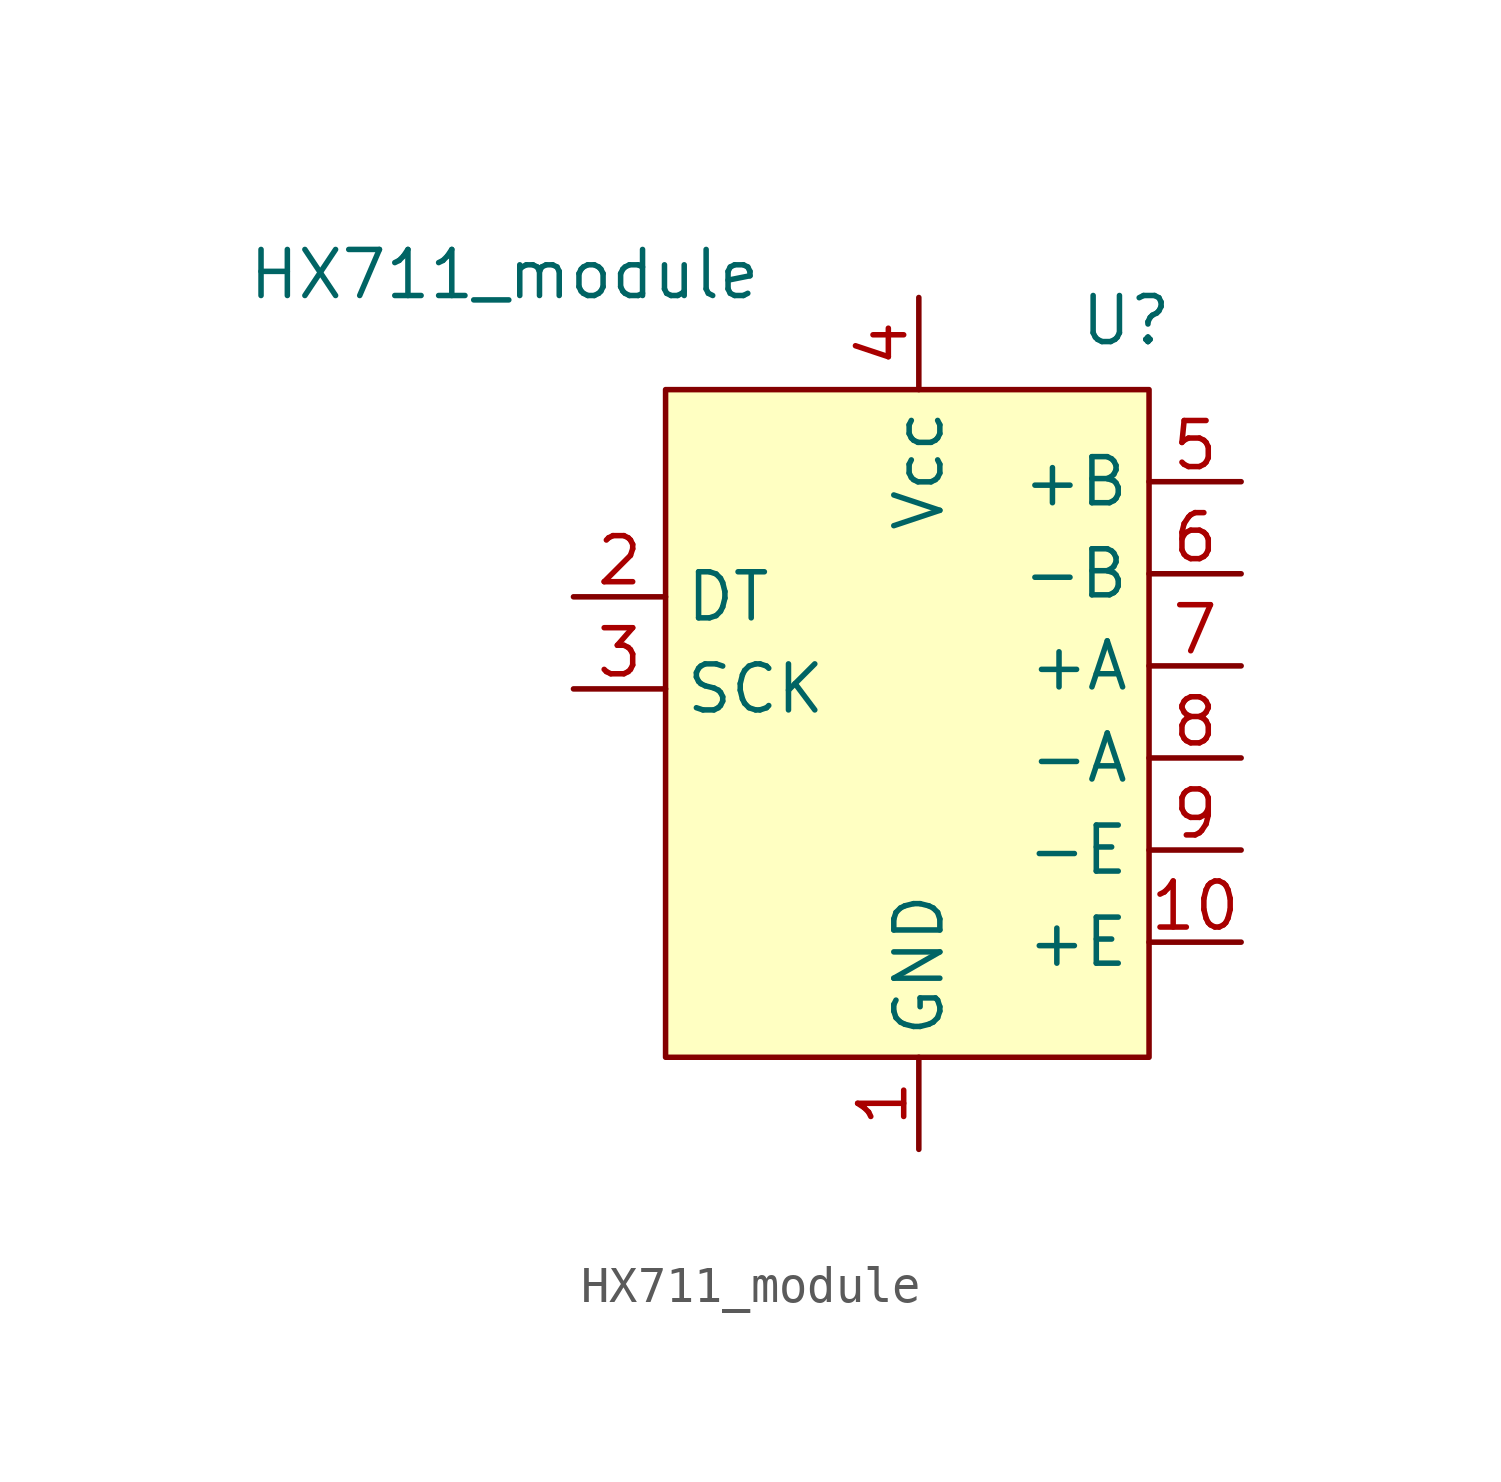
<source format=kicad_sym>
(kicad_symbol_lib
  (version 20211014)
  (generator kicad_symbol_editor)
  (symbol "HX711_module"
    (property "Reference" "U"
      (at 5.08 9.525 0)
      (effects (font (size 1.27 1.27))))
    (property "Value" "HX711_module"
      (at -12.065 10.795 0)
      (effects (font (size 1.27 1.27))))
    (symbol "HX711_module_0_1"
      (rectangle (start -7.62 7.62) (end 5.715 -10.795) (stroke (width 0) (type default) (color 0 0 0 0)) (fill (type background))))
    (symbol "HX711_module_1_1"
      (pin input line (at -0.635 -13.335 90) (length 2.54) (name "GND" (effects (font (size 1.27 1.27)))) (number "1" (effects (font (size 1.27 1.27)))))
      (pin input line (at 8.255 -7.62 180) (length 2.54) (name "+E" (effects (font (size 1.27 1.27)))) (number "10" (effects (font (size 1.27 1.27)))))
      (pin input line (at -10.16 1.905 0) (length 2.54) (name "DT" (effects (font (size 1.27 1.27)))) (number "2" (effects (font (size 1.27 1.27)))))
      (pin input line (at -10.16 -0.635 0) (length 2.54) (name "SCK" (effects (font (size 1.27 1.27)))) (number "3" (effects (font (size 1.27 1.27)))))
      (pin input line (at -0.635 10.16 270) (length 2.54) (name "Vcc" (effects (font (size 1.27 1.27)))) (number "4" (effects (font (size 1.27 1.27)))))
      (pin input line (at 8.255 5.08 180) (length 2.54) (name "+B" (effects (font (size 1.27 1.27)))) (number "5" (effects (font (size 1.27 1.27)))))
      (pin input line (at 8.255 2.54 180) (length 2.54) (name "-B" (effects (font (size 1.27 1.27)))) (number "6" (effects (font (size 1.27 1.27)))))
      (pin input line (at 8.255 0 180) (length 2.54) (name "+A" (effects (font (size 1.27 1.27)))) (number "7" (effects (font (size 1.27 1.27)))))
      (pin input line (at 8.255 -2.54 180) (length 2.54) (name "-A" (effects (font (size 1.27 1.27)))) (number "8" (effects (font (size 1.27 1.27)))))
      (pin input line (at 8.255 -5.08 180) (length 2.54) (name "-E" (effects (font (size 1.27 1.27)))) (number "9" (effects (font (size 1.27 1.27))))))))
</source>
